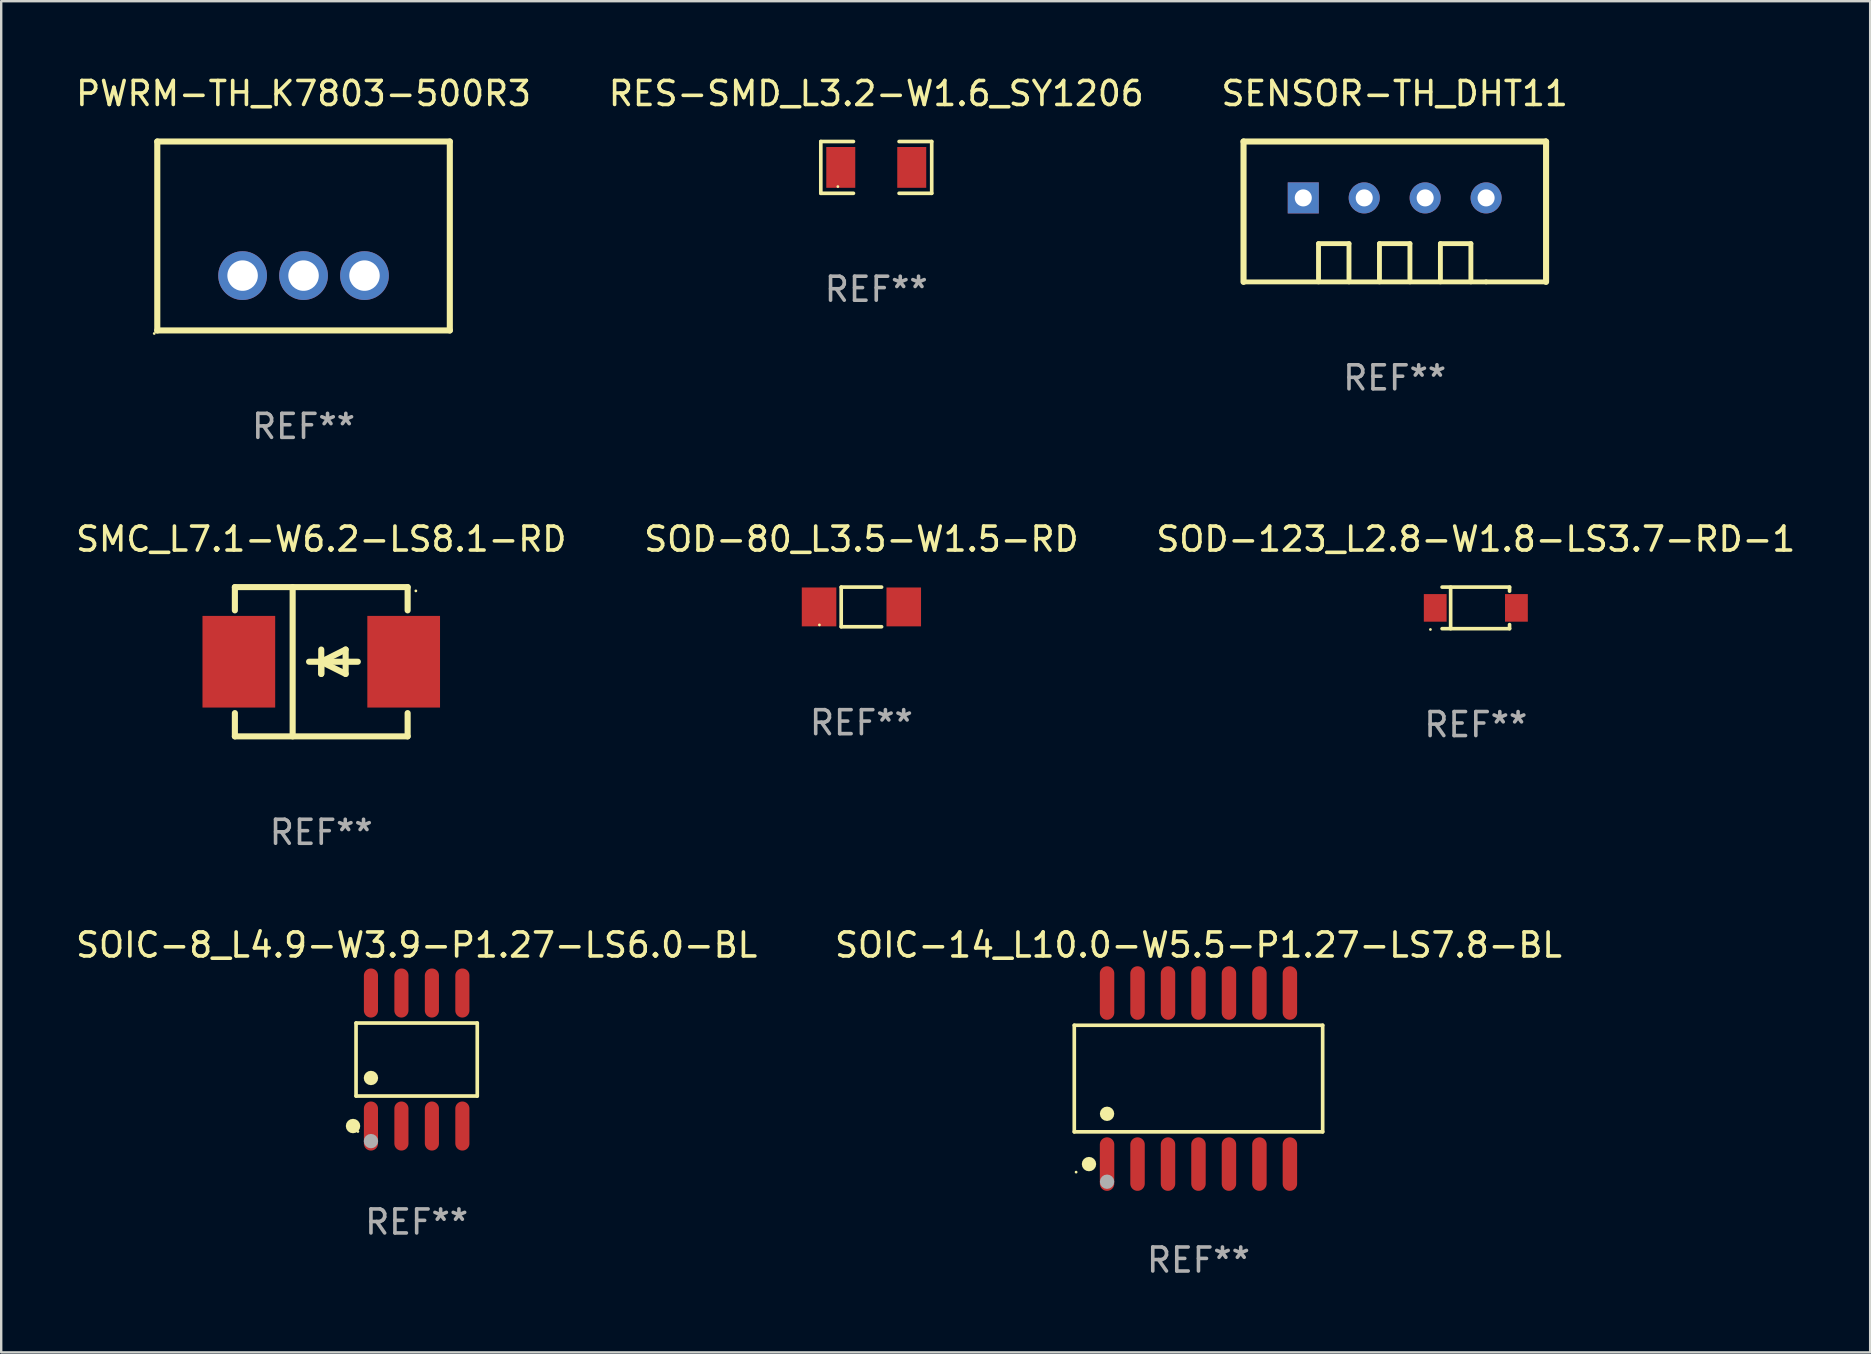
<source format=kicad_pcb>
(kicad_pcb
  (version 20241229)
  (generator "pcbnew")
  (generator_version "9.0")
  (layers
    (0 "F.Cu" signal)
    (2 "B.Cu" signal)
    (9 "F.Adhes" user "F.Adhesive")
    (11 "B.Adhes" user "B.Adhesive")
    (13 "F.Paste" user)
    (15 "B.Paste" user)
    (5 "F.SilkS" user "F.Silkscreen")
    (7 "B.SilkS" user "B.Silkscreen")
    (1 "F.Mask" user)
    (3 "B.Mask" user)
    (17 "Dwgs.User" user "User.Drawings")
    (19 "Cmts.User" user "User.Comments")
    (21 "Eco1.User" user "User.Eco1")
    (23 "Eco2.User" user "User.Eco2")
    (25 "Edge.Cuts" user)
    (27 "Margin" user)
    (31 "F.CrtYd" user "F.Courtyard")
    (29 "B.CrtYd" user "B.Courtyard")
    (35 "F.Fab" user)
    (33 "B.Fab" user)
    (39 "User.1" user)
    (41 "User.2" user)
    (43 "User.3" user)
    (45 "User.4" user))
  (footprint "PWRM-TH_K7803-500R3"
    (layer "F.Cu")
    (at 9.601 8.436)
    (property "Reference" "PWRM-TH_K7803-500R3" (at 0 -7.588 0) (layer "F.SilkS") (effects (font (size 1 1) (thickness 0.15))))
    (attr through_hole)
    (fp_line (start -6.096 -5.588) (end -6.096 2.286) (stroke (width 0.254) (type solid)) (layer "F.SilkS"))
    (fp_line (start -6.096 2.286) (end 6.096 2.286) (stroke (width 0.254) (type solid)) (layer "F.SilkS"))
    (fp_line (start 6.096 -5.588) (end -6.096 -5.588) (stroke (width 0.254) (type solid)) (layer "F.SilkS"))
    (fp_line (start 6.096 2.286) (end 6.096 -5.588) (stroke (width 0.254) (type solid)) (layer "F.SilkS"))
    (fp_circle (center -6.223 2.413) (end -6.193 2.413) (stroke (width 0.06) (type solid)) (fill no) (layer "F.SilkS"))
    (fp_text user "REF**" (at 0 6.286 0) (layer "F.Fab") (effects (font (size 1 1) (thickness 0.15))))
    (pad "1" thru_hole circle (at -2.54 0) (size 2.032 2.032) (drill 1.27) (layers "*.Cu" "*.Mask"))
    (pad "2" thru_hole circle (at 0 0) (size 2.032 2.032) (drill 1.27) (layers "*.Cu" "*.Mask"))
    (pad "3" thru_hole circle (at 2.54 0) (size 2.032 2.032) (drill 1.27) (layers "*.Cu" "*.Mask")))
  (footprint "SOIC-8_L4.9-W3.9-P1.27-LS6.0-BL"
    (layer "F.Cu")
    (at 14.315 41.108)
    (property "Reference" "SOIC-8_L4.9-W3.9-P1.27-LS6.0-BL" (at 0 -4.772 0) (layer "F.SilkS") (effects (font (size 1 1) (thickness 0.15))))
    (attr through_hole)
    (fp_line (start -2.526 -1.521) (end 2.526 -1.521) (stroke (width 0.152) (type solid)) (layer "F.SilkS"))
    (fp_line (start -2.526 1.521) (end -2.526 -1.521) (stroke (width 0.152) (type solid)) (layer "F.SilkS"))
    (fp_line (start 2.526 -1.521) (end 2.526 1.521) (stroke (width 0.152) (type solid)) (layer "F.SilkS"))
    (fp_line (start 2.526 1.521) (end -2.526 1.521) (stroke (width 0.152) (type solid)) (layer "F.SilkS"))
    (fp_circle (center -2.652 2.772) (end -2.501 2.772) (stroke (width 0.3) (type solid)) (fill no) (layer "F.SilkS"))
    (fp_circle (center -2.45 3) (end -2.42 3) (stroke (width 0.06) (type solid)) (fill no) (layer "F.SilkS"))
    (fp_circle (center -1.905 0.769) (end -1.755 0.769) (stroke (width 0.3) (type solid)) (fill no) (layer "F.SilkS"))
    (fp_circle (center -1.905 3.4) (end -1.755 3.4) (stroke (width 0.3) (type solid)) (fill no) (layer "F.Fab"))
    (fp_text user "REF**" (at 0 6.772 0) (layer "F.Fab") (effects (font (size 1 1) (thickness 0.15))))
    (pad "1" smd oval (at -1.905 2.772) (size 0.588 2.045) (layers "F.Cu" "F.Mask" "F.Paste"))
    (pad "2" smd oval (at -0.635 2.772) (size 0.588 2.045) (layers "F.Cu" "F.Mask" "F.Paste"))
    (pad "3" smd oval (at 0.635 2.772) (size 0.588 2.045) (layers "F.Cu" "F.Mask" "F.Paste"))
    (pad "4" smd oval (at 1.905 2.772) (size 0.588 2.045) (layers "F.Cu" "F.Mask" "F.Paste"))
    (pad "5" smd oval (at 1.905 -2.772) (size 0.588 2.045) (layers "F.Cu" "F.Mask" "F.Paste"))
    (pad "6" smd oval (at 0.635 -2.772) (size 0.588 2.045) (layers "F.Cu" "F.Mask" "F.Paste"))
    (pad "7" smd oval (at -0.635 -2.772) (size 0.588 2.045) (layers "F.Cu" "F.Mask" "F.Paste"))
    (pad "8" smd oval (at -1.905 -2.772) (size 0.588 2.045) (layers "F.Cu" "F.Mask" "F.Paste")))
  (footprint "SMC_L7.1-W6.2-LS8.1-RD"
    (layer "F.Cu")
    (at 10.339 24.529)
    (property "Reference" "SMC_L7.1-W6.2-LS8.1-RD" (at -0.000025 -5.11 0) (layer "F.SilkS") (effects (font (size 1 1) (thickness 0.15))))
    (attr through_hole)
    (fp_line (start -3.6 -3.11) (end -3.6 -2.141) (stroke (width 0.254) (type solid)) (layer "F.SilkS"))
    (fp_line (start -3.6 -3.11) (end 3.6 -3.11) (stroke (width 0.254) (type solid)) (layer "F.SilkS"))
    (fp_line (start -3.6 2.141) (end -3.6 3.11) (stroke (width 0.254) (type solid)) (layer "F.SilkS"))
    (fp_line (start -3.6 3.11) (end 3.6 3.11) (stroke (width 0.254) (type solid)) (layer "F.SilkS"))
    (fp_line (start -1.192 -3.11) (end -1.192 3.11) (stroke (width 0.254) (type solid)) (layer "F.SilkS"))
    (fp_line (start -0.000025 0) (end -0.000025 0.508) (stroke (width 0.254) (type solid)) (layer "F.SilkS"))
    (fp_line (start -0.000025 0) (end 1.016 0.508) (stroke (width 0.254) (type solid)) (layer "F.SilkS"))
    (fp_line (start -0.000025 0.508) (end -0.000025 -0.508) (stroke (width 0.254) (type solid)) (layer "F.SilkS"))
    (fp_line (start 1.016 -0.508) (end -0.000025 0) (stroke (width 0.254) (type solid)) (layer "F.SilkS"))
    (fp_line (start 1.016 0.508) (end 1.016 -0.508) (stroke (width 0.254) (type solid)) (layer "F.SilkS"))
    (fp_line (start 1.524 0) (end -0.508 0) (stroke (width 0.254) (type solid)) (layer "F.SilkS"))
    (fp_line (start 3.6 -3.11) (end 3.6 -2.141) (stroke (width 0.254) (type solid)) (layer "F.SilkS"))
    (fp_line (start 3.6 2.141) (end 3.6 3.11) (stroke (width 0.254) (type solid)) (layer "F.SilkS"))
    (fp_circle (center 3.943 -2.952) (end 3.973 -2.952) (stroke (width 0.06) (type solid)) (fill no) (layer "F.SilkS"))
    (fp_text user "REF**" (at -0.000025 7.11 0) (layer "F.Fab") (effects (font (size 1 1) (thickness 0.15))))
    (pad "1" smd rect (at -3.435 0 180) (size 3.03 3.82) (layers "F.Cu" "F.Mask" "F.Paste"))
    (pad "2" smd rect (at 3.435 0 180) (size 3.03 3.82) (layers "F.Cu" "F.Mask" "F.Paste")))
  (footprint "SOIC-14_L10.0-W5.5-P1.27-LS7.8-BL"
    (layer "F.Cu")
    (at 46.899 41.901)
    (property "Reference" "SOIC-14_L10.0-W5.5-P1.27-LS7.8-BL" (at 0 -5.565 0) (layer "F.SilkS") (effects (font (size 1 1) (thickness 0.15))))
    (attr through_hole)
    (fp_line (start -5.176 -2.221) (end 5.176 -2.221) (stroke (width 0.152) (type solid)) (layer "F.SilkS"))
    (fp_line (start -5.176 2.221) (end -5.176 -2.221) (stroke (width 0.152) (type solid)) (layer "F.SilkS"))
    (fp_line (start 5.176 -2.221) (end 5.176 2.221) (stroke (width 0.152) (type solid)) (layer "F.SilkS"))
    (fp_line (start 5.176 2.221) (end -5.176 2.221) (stroke (width 0.152) (type solid)) (layer "F.SilkS"))
    (fp_circle (center -5.1 3.9) (end -5.07 3.9) (stroke (width 0.06) (type solid)) (fill no) (layer "F.SilkS"))
    (fp_circle (center -4.563 3.565) (end -4.413 3.565) (stroke (width 0.3) (type solid)) (fill no) (layer "F.SilkS"))
    (fp_circle (center -3.81 1.469) (end -3.66 1.469) (stroke (width 0.3) (type solid)) (fill no) (layer "F.SilkS"))
    (fp_circle (center -3.81 4.3) (end -3.66 4.3) (stroke (width 0.3) (type solid)) (fill no) (layer "F.Fab"))
    (fp_text user "REF**" (at 0 7.565 0) (layer "F.Fab") (effects (font (size 1 1) (thickness 0.15))))
    (pad "1" smd oval (at -3.81 3.565) (size 0.602 2.231) (layers "F.Cu" "F.Mask" "F.Paste"))
    (pad "2" smd oval (at -2.54 3.565) (size 0.602 2.231) (layers "F.Cu" "F.Mask" "F.Paste"))
    (pad "3" smd oval (at -1.27 3.565) (size 0.602 2.231) (layers "F.Cu" "F.Mask" "F.Paste"))
    (pad "4" smd oval (at 0 3.565) (size 0.602 2.231) (layers "F.Cu" "F.Mask" "F.Paste"))
    (pad "5" smd oval (at 1.27 3.565) (size 0.602 2.231) (layers "F.Cu" "F.Mask" "F.Paste"))
    (pad "6" smd oval (at 2.54 3.565) (size 0.602 2.231) (layers "F.Cu" "F.Mask" "F.Paste"))
    (pad "7" smd oval (at 3.81 3.565) (size 0.602 2.231) (layers "F.Cu" "F.Mask" "F.Paste"))
    (pad "8" smd oval (at 3.81 -3.565) (size 0.602 2.231) (layers "F.Cu" "F.Mask" "F.Paste"))
    (pad "9" smd oval (at 2.54 -3.565) (size 0.602 2.231) (layers "F.Cu" "F.Mask" "F.Paste"))
    (pad "10" smd oval (at 1.27 -3.565) (size 0.602 2.231) (layers "F.Cu" "F.Mask" "F.Paste"))
    (pad "11" smd oval (at 0 -3.565) (size 0.602 2.231) (layers "F.Cu" "F.Mask" "F.Paste"))
    (pad "12" smd oval (at -1.27 -3.565) (size 0.602 2.231) (layers "F.Cu" "F.Mask" "F.Paste"))
    (pad "13" smd oval (at -2.54 -3.565) (size 0.602 2.231) (layers "F.Cu" "F.Mask" "F.Paste"))
    (pad "14" smd oval (at -3.81 -3.565) (size 0.602 2.231) (layers "F.Cu" "F.Mask" "F.Paste")))
  (footprint "SOD-80_L3.5-W1.5-RD"
    (layer "F.Cu")
    (at 32.851 22.245)
    (property "Reference" "SOD-80_L3.5-W1.5-RD" (at 0 -2.826 0) (layer "F.SilkS") (effects (font (size 1 1) (thickness 0.15))))
    (attr through_hole)
    (fp_line (start -0.842 -0.826) (end -0.842 0.826) (stroke (width 0.152) (type solid)) (layer "F.SilkS"))
    (fp_line (start -0.842 -0.826) (end 0.842 -0.826) (stroke (width 0.152) (type solid)) (layer "F.SilkS"))
    (fp_line (start -0.842 0.826) (end 0.842 0.826) (stroke (width 0.152) (type solid)) (layer "F.SilkS"))
    (fp_circle (center -1.75 0.75) (end -1.72 0.75) (stroke (width 0.06) (type solid)) (fill no) (layer "F.SilkS"))
    (fp_text user "REF**" (at 0 4.826 0) (layer "F.Fab") (effects (font (size 1 1) (thickness 0.15))))
    (pad "1" smd rect (at -1.765 0) (size 1.44 1.62) (layers "F.Cu" "F.Mask" "F.Paste"))
    (pad "2" smd rect (at 1.765 0) (size 1.44 1.62) (layers "F.Cu" "F.Mask" "F.Paste")))
  (footprint "RES-SMD_L3.2-W1.6_SY1206"
    (layer "F.Cu")
    (at 33.47 3.927)
    (property "Reference" "RES-SMD_L3.2-W1.6_SY1206" (at 0 -3.079 0) (layer "F.SilkS") (effects (font (size 1 1) (thickness 0.15))))
    (attr through_hole)
    (fp_line (start -2.311 -1.079) (end -0.951 -1.079) (stroke (width 0.152) (type solid)) (layer "F.SilkS"))
    (fp_line (start -2.311 1.079) (end -2.311 -1.079) (stroke (width 0.152) (type solid)) (layer "F.SilkS"))
    (fp_line (start -0.951 1.079) (end -2.311 1.079) (stroke (width 0.152) (type solid)) (layer "F.SilkS"))
    (fp_line (start 0.951 1.079) (end 2.311 1.079) (stroke (width 0.152) (type solid)) (layer "F.SilkS"))
    (fp_line (start 2.311 -1.079) (end 0.951 -1.079) (stroke (width 0.152) (type solid)) (layer "F.SilkS"))
    (fp_line (start 2.311 1.079) (end 2.311 -1.079) (stroke (width 0.152) (type solid)) (layer "F.SilkS"))
    (fp_circle (center -1.6 0.8) (end -1.57 0.8) (stroke (width 0.06) (type solid)) (fill no) (layer "F.SilkS"))
    (fp_text user "REF**" (at 0 5.079 0) (layer "F.Fab") (effects (font (size 1 1) (thickness 0.15))))
    (pad "1" smd rect (at -1.479 0) (size 1.208 1.701) (layers "F.Cu" "F.Mask" "F.Paste"))
    (pad "2" smd rect (at 1.479 0) (size 1.208 1.701) (layers "F.Cu" "F.Mask" "F.Paste")))
  (footprint "SENSOR-TH_DHT11"
    (layer "F.Cu")
    (at 55.077 5.198)
    (property "Reference" "SENSOR-TH_DHT11" (at 0 -4.35 0) (layer "F.SilkS") (effects (font (size 1 1) (thickness 0.15))))
    (attr through_hole)
    (fp_line (start -6.309 3.5) (end 3.81 3.5) (stroke (width 0.203) (type solid)) (layer "F.SilkS"))
    (fp_line (start -6.3 -2.35) (end -6.3 3.5) (stroke (width 0.254) (type solid)) (layer "F.SilkS"))
    (fp_line (start -3.175 1.905) (end -3.175 3.5) (stroke (width 0.203) (type solid)) (layer "F.SilkS"))
    (fp_line (start -1.905 1.905) (end -3.175 1.905) (stroke (width 0.203) (type solid)) (layer "F.SilkS"))
    (fp_line (start -1.905 3.5) (end -1.905 1.905) (stroke (width 0.203) (type solid)) (layer "F.SilkS"))
    (fp_line (start -0.635 1.905) (end -0.635 3.5) (stroke (width 0.203) (type solid)) (layer "F.SilkS"))
    (fp_line (start 0.635 1.905) (end -0.635 1.905) (stroke (width 0.203) (type solid)) (layer "F.SilkS"))
    (fp_line (start 0.635 3.5) (end 0.635 1.905) (stroke (width 0.203) (type solid)) (layer "F.SilkS"))
    (fp_line (start 1.905 1.905) (end 1.905 3.5) (stroke (width 0.203) (type solid)) (layer "F.SilkS"))
    (fp_line (start 3.175 1.905) (end 1.905 1.905) (stroke (width 0.203) (type solid)) (layer "F.SilkS"))
    (fp_line (start 3.175 3.5) (end 3.175 1.905) (stroke (width 0.203) (type solid)) (layer "F.SilkS"))
    (fp_line (start 3.81 3.5) (end 6.309 3.5) (stroke (width 0.203) (type solid)) (layer "F.SilkS"))
    (fp_line (start 6.3 -2.35) (end -6.3 -2.35) (stroke (width 0.254) (type solid)) (layer "F.SilkS"))
    (fp_line (start 6.309 -2.34) (end 6.3 -2.35) (stroke (width 0.254) (type solid)) (layer "F.SilkS"))
    (fp_line (start 6.309 3.5) (end 6.309 -2.34) (stroke (width 0.254) (type solid)) (layer "F.SilkS"))
    (fp_circle (center -6.3 3.52) (end -6.27 3.52) (stroke (width 0.06) (type solid)) (fill no) (layer "F.SilkS"))
    (fp_text user "REF**" (at 0 7.5 0) (layer "F.Fab") (effects (font (size 1 1) (thickness 0.15))))
    (pad "1" thru_hole rect (at -3.81 0 180) (size 1.295 1.295) (drill 0.711) (layers "*.Cu" "*.Mask"))
    (pad "2" thru_hole circle (at -1.27 0) (size 1.295 1.295) (drill 0.711) (layers "*.Cu" "*.Mask"))
    (pad "3" thru_hole circle (at 1.27 0) (size 1.295 1.295) (drill 0.711) (layers "*.Cu" "*.Mask"))
    (pad "4" thru_hole circle (at 3.81 0) (size 1.295 1.295) (drill 0.711) (layers "*.Cu" "*.Mask")))
  (footprint "SOD-123_L2.8-W1.8-LS3.7-RD-1"
    (layer "F.Cu")
    (at 58.458 22.285)
    (property "Reference" "SOD-123_L2.8-W1.8-LS3.7-RD-1" (at 0 -2.866 0) (layer "F.SilkS") (effects (font (size 1 1) (thickness 0.15))))
    (attr through_hole)
    (fp_line (start -1.406 -0.866) (end 1.406 -0.866) (stroke (width 0.152) (type solid)) (layer "F.SilkS"))
    (fp_line (start -1.406 0.866) (end 1.406 0.866) (stroke (width 0.152) (type solid)) (layer "F.SilkS"))
    (fp_line (start -1.049 -0.866) (end -1.049 0.866) (stroke (width 0.152) (type solid)) (layer "F.SilkS"))
    (fp_line (start 1.406 -0.866) (end 1.406 -0.698) (stroke (width 0.152) (type solid)) (layer "F.SilkS"))
    (fp_line (start 1.406 0.866) (end 1.406 0.698) (stroke (width 0.152) (type solid)) (layer "F.SilkS"))
    (fp_circle (center -1.892 0.9) (end -1.862 0.9) (stroke (width 0.06) (type solid)) (fill no) (layer "F.SilkS"))
    (fp_text user "REF**" (at 0 4.866 0) (layer "F.Fab") (effects (font (size 1 1) (thickness 0.15))))
    (pad "1" smd rect (at -1.692 0) (size 0.95 1.15) (layers "F.Cu" "F.Mask" "F.Paste"))
    (pad "2" smd rect (at 1.692 0) (size 0.95 1.15) (layers "F.Cu" "F.Mask" "F.Paste")))
  (gr_rect
    (start -3 -3)
    (end 74.893 53.314)
    (stroke (width 0.1) (type default))
    (fill no)
    (layer "Edge.Cuts")))
</source>
